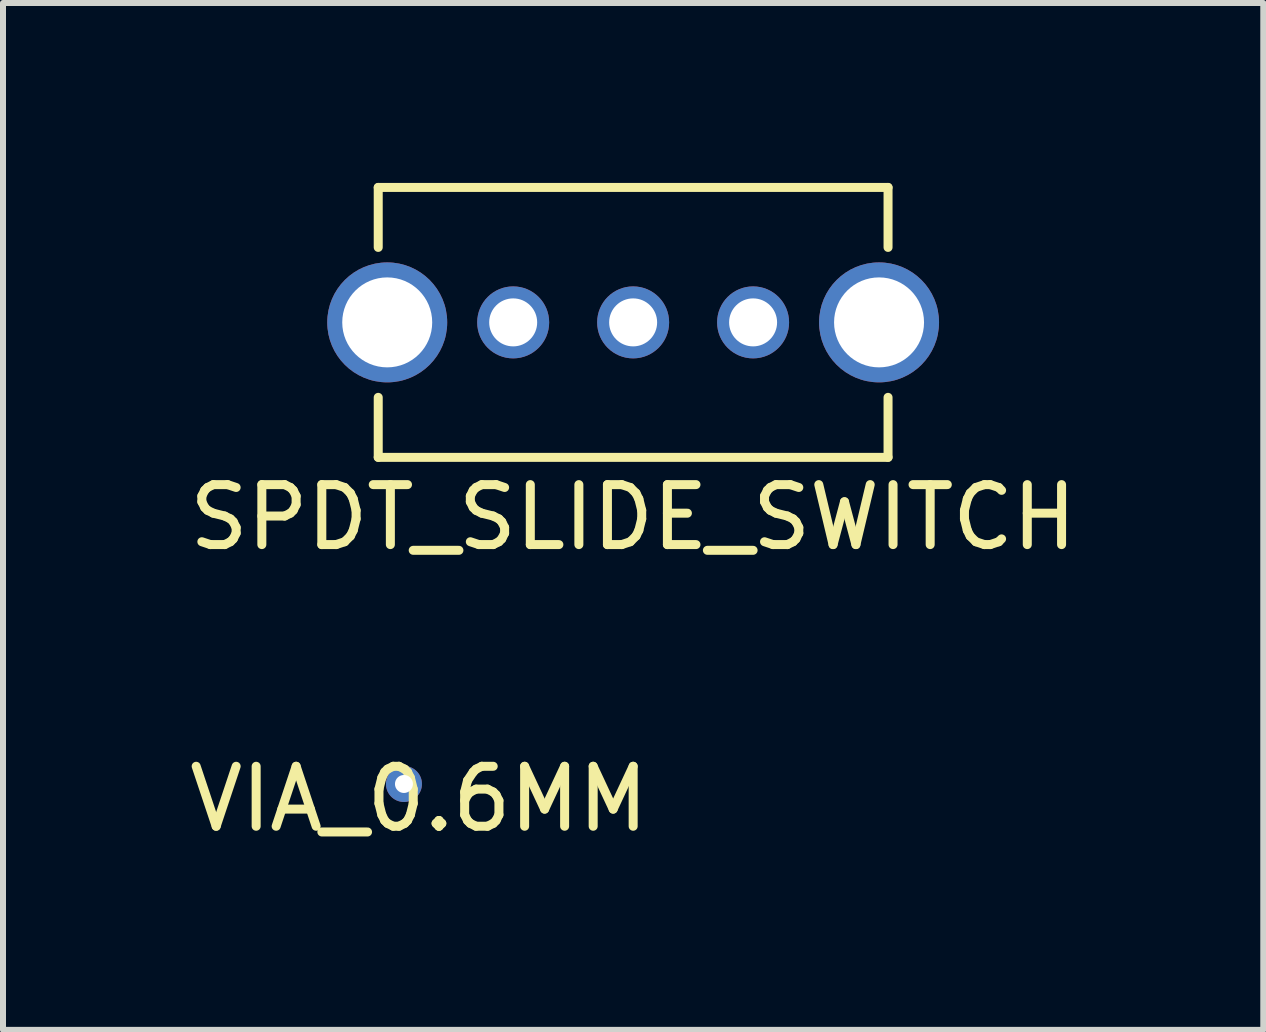
<source format=kicad_pcb>
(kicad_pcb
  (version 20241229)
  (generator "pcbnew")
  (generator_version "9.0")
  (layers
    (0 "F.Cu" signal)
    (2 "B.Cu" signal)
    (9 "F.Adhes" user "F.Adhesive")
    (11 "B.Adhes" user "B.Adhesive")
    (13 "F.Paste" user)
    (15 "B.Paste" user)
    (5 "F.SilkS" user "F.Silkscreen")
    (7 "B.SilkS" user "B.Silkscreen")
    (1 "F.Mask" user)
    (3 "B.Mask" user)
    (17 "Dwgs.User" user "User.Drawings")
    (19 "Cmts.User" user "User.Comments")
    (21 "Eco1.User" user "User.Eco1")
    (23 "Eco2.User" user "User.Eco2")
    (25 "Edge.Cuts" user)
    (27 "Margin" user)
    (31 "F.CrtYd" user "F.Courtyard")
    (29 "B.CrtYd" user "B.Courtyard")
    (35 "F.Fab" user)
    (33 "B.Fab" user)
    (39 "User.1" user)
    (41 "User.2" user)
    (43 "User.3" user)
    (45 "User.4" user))
  (footprint "VIA_0.6MM"
    (layer "F.Cu")
    (at 3.685 10.021)
    (property "Reference" "VIA_0.6MM" (at 0.25 0.25 0) (layer "F.SilkS") (effects (font (size 1 1) (thickness 0.15))))
    (attr through_hole)
    (pad "1" thru_hole circle (at 0 0) (size 0.6 0.6) (drill 0.3) (layers "*.Cu")))
  (footprint "SPDT_SLIDE_SWITCH"
    (layer "F.Cu")
    (at 7.506 2.325)
    (property "Reference" "SPDT_SLIDE_SWITCH" (at 0 3.25 0) (layer "F.SilkS") (effects (font (size 1 1) (thickness 0.15))))
    (attr through_hole)
    (fp_line (start -4.25 -2.25) (end 4.25 -2.25) (stroke (width 0.15) (type solid)) (layer "F.SilkS"))
    (fp_line (start -4.25 -1.25) (end -4.25 -2.25) (stroke (width 0.15) (type solid)) (layer "F.SilkS"))
    (fp_line (start -4.25 2.25) (end -4.25 1.25) (stroke (width 0.15) (type solid)) (layer "F.SilkS"))
    (fp_line (start 4.25 -2.25) (end 4.25 -1.25) (stroke (width 0.15) (type solid)) (layer "F.SilkS"))
    (fp_line (start 4.25 1.25) (end 4.25 2.25) (stroke (width 0.15) (type solid)) (layer "F.SilkS"))
    (fp_line (start 4.25 2.25) (end -4.25 2.25) (stroke (width 0.15) (type solid)) (layer "F.SilkS"))
    (pad "" thru_hole circle (at -4.1 0) (size 2 2) (drill 1.5) (layers "*.Cu" "*.Mask"))
    (pad "" thru_hole circle (at 4.1 0) (size 2 2) (drill 1.5) (layers "*.Cu" "*.Mask"))
    (pad "1" thru_hole circle (at -2 0) (size 1.2 1.2) (drill 0.8) (layers "*.Cu" "*.Mask"))
    (pad "2" thru_hole circle (at 0 0) (size 1.2 1.2) (drill 0.8) (layers "*.Cu" "*.Mask"))
    (pad "3" thru_hole circle (at 2 0) (size 1.2 1.2) (drill 0.8) (layers "*.Cu" "*.Mask")))
  (gr_rect
    (start -3 -3)
    (end 18.012 14.12)
    (stroke (width 0.1) (type default))
    (fill no)
    (layer "Edge.Cuts")))
</source>
